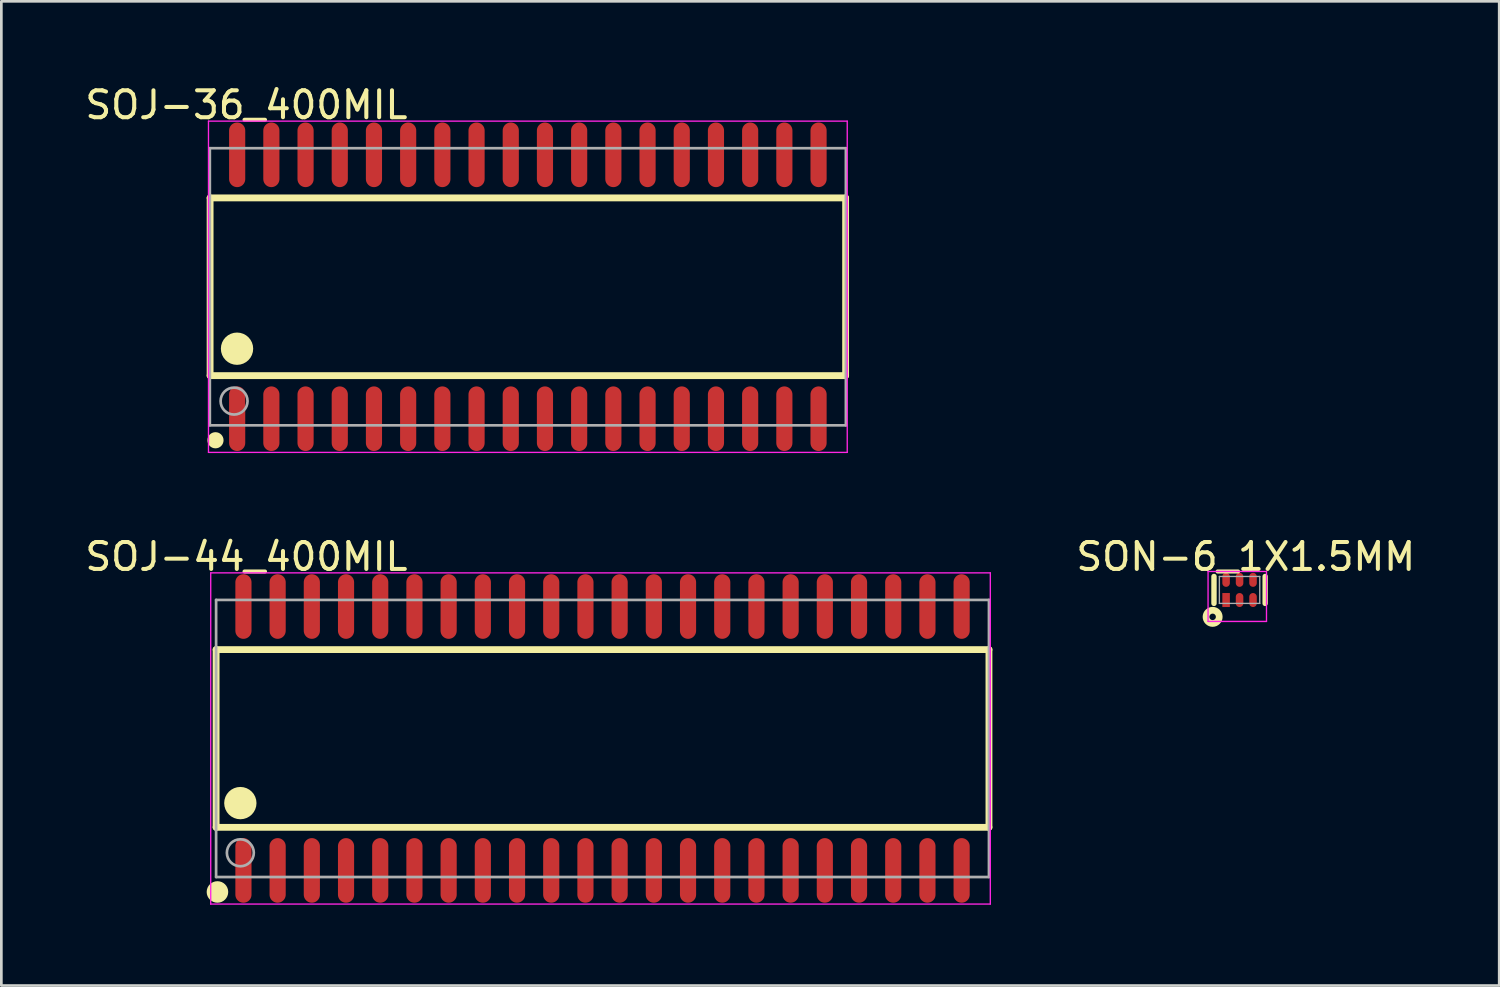
<source format=kicad_pcb>
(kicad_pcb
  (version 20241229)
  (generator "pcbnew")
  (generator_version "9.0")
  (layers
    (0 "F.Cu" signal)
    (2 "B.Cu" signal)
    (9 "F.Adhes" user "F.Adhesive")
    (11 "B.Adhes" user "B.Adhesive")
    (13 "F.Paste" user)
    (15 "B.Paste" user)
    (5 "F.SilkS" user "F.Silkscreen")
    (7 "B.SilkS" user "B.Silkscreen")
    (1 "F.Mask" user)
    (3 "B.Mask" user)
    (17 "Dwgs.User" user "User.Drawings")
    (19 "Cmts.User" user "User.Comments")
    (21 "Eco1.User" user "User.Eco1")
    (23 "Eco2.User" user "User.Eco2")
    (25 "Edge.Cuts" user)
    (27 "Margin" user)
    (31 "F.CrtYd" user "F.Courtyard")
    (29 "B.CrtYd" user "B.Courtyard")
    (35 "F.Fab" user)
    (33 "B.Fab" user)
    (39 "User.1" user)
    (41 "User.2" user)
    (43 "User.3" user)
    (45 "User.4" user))
  (footprint "SOJ-44_400MIL"
    (layer "F.Cu")
    (at 19.325 24.373)
    (property "Reference" "SOJ-44_400MIL" (at -13.224 -6.751 0) (layer "F.SilkS") (effects (font (size 1 1) (thickness 0.15))))
    (attr through_hole)
    (fp_line (start -14.35 -3.3) (end 14.35 -3.3) (stroke (width 0.254) (type solid)) (layer "F.SilkS"))
    (fp_line (start -14.35 3.3) (end -14.35 -3.3) (stroke (width 0.254) (type solid)) (layer "F.SilkS"))
    (fp_line (start -14.35 3.3) (end 14.35 3.3) (stroke (width 0.254) (type solid)) (layer "F.SilkS"))
    (fp_line (start 14.35 3.3) (end 14.35 -3.3) (stroke (width 0.254) (type solid)) (layer "F.SilkS"))
    (fp_circle (center -14.3 5.7) (end -14.1 5.7) (stroke (width 0.4) (type solid)) (fill no) (layer "F.SilkS"))
    (fp_circle (center -13.45 2.4) (end -13.15 2.4) (stroke (width 0.6) (type solid)) (fill no) (layer "F.SilkS"))
    (fp_line (start -14.55 -6.15) (end 14.4 -6.15) (stroke (width 0.05) (type solid)) (layer "F.CrtYd"))
    (fp_line (start -14.55 6.15) (end -14.55 -6.15) (stroke (width 0.05) (type solid)) (layer "F.CrtYd"))
    (fp_line (start 14.4 -6.15) (end 14.4 6.15) (stroke (width 0.05) (type solid)) (layer "F.CrtYd"))
    (fp_line (start 14.4 6.15) (end -14.55 6.15) (stroke (width 0.05) (type solid)) (layer "F.CrtYd"))
    (fp_line (start -14.35 -5.145) (end 14.35 -5.145) (stroke (width 0.1) (type solid)) (layer "F.Fab"))
    (fp_line (start -14.35 5.145) (end -14.35 -5.145) (stroke (width 0.1) (type solid)) (layer "F.Fab"))
    (fp_line (start -14.35 5.145) (end 14.35 5.145) (stroke (width 0.1) (type solid)) (layer "F.Fab"))
    (fp_line (start 14.35 5.145) (end 14.35 -5.145) (stroke (width 0.1) (type solid)) (layer "F.Fab"))
    (fp_circle (center -13.45 4.245) (end -12.95 4.245) (stroke (width 0.1) (type solid)) (fill no) (layer "F.Fab"))
    (pad "1" smd oval (at -13.335 4.9 180) (size 0.6 2.4) (layers "F.Cu" "F.Mask" "F.Paste"))
    (pad "2" smd oval (at -12.065 4.9 180) (size 0.6 2.4) (layers "F.Cu" "F.Mask" "F.Paste"))
    (pad "3" smd oval (at -10.795 4.9 180) (size 0.6 2.4) (layers "F.Cu" "F.Mask" "F.Paste"))
    (pad "4" smd oval (at -9.525 4.9 180) (size 0.6 2.4) (layers "F.Cu" "F.Mask" "F.Paste"))
    (pad "5" smd oval (at -8.255 4.9 180) (size 0.6 2.4) (layers "F.Cu" "F.Mask" "F.Paste"))
    (pad "6" smd oval (at -6.985 4.9 180) (size 0.6 2.4) (layers "F.Cu" "F.Mask" "F.Paste"))
    (pad "7" smd oval (at -5.715 4.9 180) (size 0.6 2.4) (layers "F.Cu" "F.Mask" "F.Paste"))
    (pad "8" smd oval (at -4.445 4.9 180) (size 0.6 2.4) (layers "F.Cu" "F.Mask" "F.Paste"))
    (pad "9" smd oval (at -3.175 4.9 180) (size 0.6 2.4) (layers "F.Cu" "F.Mask" "F.Paste"))
    (pad "10" smd oval (at -1.905 4.9 180) (size 0.6 2.4) (layers "F.Cu" "F.Mask" "F.Paste"))
    (pad "11" smd oval (at -0.635 4.9 180) (size 0.6 2.4) (layers "F.Cu" "F.Mask" "F.Paste"))
    (pad "12" smd oval (at 0.635 4.9 180) (size 0.6 2.4) (layers "F.Cu" "F.Mask" "F.Paste"))
    (pad "13" smd oval (at 1.905 4.9 180) (size 0.6 2.4) (layers "F.Cu" "F.Mask" "F.Paste"))
    (pad "14" smd oval (at 3.175 4.9 180) (size 0.6 2.4) (layers "F.Cu" "F.Mask" "F.Paste"))
    (pad "15" smd oval (at 4.445 4.9 180) (size 0.6 2.4) (layers "F.Cu" "F.Mask" "F.Paste"))
    (pad "16" smd oval (at 5.715 4.9 180) (size 0.6 2.4) (layers "F.Cu" "F.Mask" "F.Paste"))
    (pad "17" smd oval (at 6.985 4.9 180) (size 0.6 2.4) (layers "F.Cu" "F.Mask" "F.Paste"))
    (pad "18" smd oval (at 8.255 4.9 180) (size 0.6 2.4) (layers "F.Cu" "F.Mask" "F.Paste"))
    (pad "19" smd oval (at 9.525 4.9 180) (size 0.6 2.4) (layers "F.Cu" "F.Mask" "F.Paste"))
    (pad "20" smd oval (at 10.795 4.9 180) (size 0.6 2.4) (layers "F.Cu" "F.Mask" "F.Paste"))
    (pad "21" smd oval (at 12.065 4.9 180) (size 0.6 2.4) (layers "F.Cu" "F.Mask" "F.Paste"))
    (pad "22" smd oval (at 13.335 4.9 180) (size 0.6 2.4) (layers "F.Cu" "F.Mask" "F.Paste"))
    (pad "23" smd oval (at 13.335 -4.9 180) (size 0.6 2.4) (layers "F.Cu" "F.Mask" "F.Paste"))
    (pad "24" smd oval (at 12.065 -4.9 180) (size 0.6 2.4) (layers "F.Cu" "F.Mask" "F.Paste"))
    (pad "25" smd oval (at 10.795 -4.9 180) (size 0.6 2.4) (layers "F.Cu" "F.Mask" "F.Paste"))
    (pad "26" smd oval (at 9.525 -4.9 180) (size 0.6 2.4) (layers "F.Cu" "F.Mask" "F.Paste"))
    (pad "27" smd oval (at 8.255 -4.9 180) (size 0.6 2.4) (layers "F.Cu" "F.Mask" "F.Paste"))
    (pad "28" smd oval (at 6.985 -4.9 180) (size 0.6 2.4) (layers "F.Cu" "F.Mask" "F.Paste"))
    (pad "29" smd oval (at 5.715 -4.9 180) (size 0.6 2.4) (layers "F.Cu" "F.Mask" "F.Paste"))
    (pad "30" smd oval (at 4.445 -4.9 180) (size 0.6 2.4) (layers "F.Cu" "F.Mask" "F.Paste"))
    (pad "31" smd oval (at 3.175 -4.9 180) (size 0.6 2.4) (layers "F.Cu" "F.Mask" "F.Paste"))
    (pad "32" smd oval (at 1.905 -4.9 180) (size 0.6 2.4) (layers "F.Cu" "F.Mask" "F.Paste"))
    (pad "33" smd oval (at 0.635 -4.9 180) (size 0.6 2.4) (layers "F.Cu" "F.Mask" "F.Paste"))
    (pad "34" smd oval (at -0.635 -4.9 180) (size 0.6 2.4) (layers "F.Cu" "F.Mask" "F.Paste"))
    (pad "35" smd oval (at -1.905 -4.9 180) (size 0.6 2.4) (layers "F.Cu" "F.Mask" "F.Paste"))
    (pad "36" smd oval (at -3.175 -4.9 180) (size 0.6 2.4) (layers "F.Cu" "F.Mask" "F.Paste"))
    (pad "37" smd oval (at -4.445 -4.9 180) (size 0.6 2.4) (layers "F.Cu" "F.Mask" "F.Paste"))
    (pad "38" smd oval (at -5.715 -4.9 180) (size 0.6 2.4) (layers "F.Cu" "F.Mask" "F.Paste"))
    (pad "39" smd oval (at -6.985 -4.9 180) (size 0.6 2.4) (layers "F.Cu" "F.Mask" "F.Paste"))
    (pad "40" smd oval (at -8.255 -4.9 180) (size 0.6 2.4) (layers "F.Cu" "F.Mask" "F.Paste"))
    (pad "41" smd oval (at -9.525 -4.9 180) (size 0.6 2.4) (layers "F.Cu" "F.Mask" "F.Paste"))
    (pad "42" smd oval (at -10.795 -4.9 180) (size 0.6 2.4) (layers "F.Cu" "F.Mask" "F.Paste"))
    (pad "43" smd oval (at -12.065 -4.9 180) (size 0.6 2.4) (layers "F.Cu" "F.Mask" "F.Paste"))
    (pad "44" smd oval (at -13.335 -4.9 180) (size 0.6 2.4) (layers "F.Cu" "F.Mask" "F.Paste")))
  (footprint "SON-6_1X1.5MM"
    (layer "F.Cu")
    (at 42.981 18.857)
    (property "Reference" "SON-6_1X1.5MM" (at 0.231 -1.235 0) (layer "F.SilkS") (effects (font (size 1 1) (thickness 0.15))))
    (attr through_hole)
    (fp_line (start -0.95 0.5) (end -0.95 -0.5) (stroke (width 0.2) (type solid)) (layer "F.SilkS"))
    (fp_line (start 0.95 0.5) (end 0.95 -0.5) (stroke (width 0.2) (type solid)) (layer "F.SilkS"))
    (fp_circle (center -1 1) (end -0.88 1) (stroke (width 0.25) (type solid)) (fill no) (layer "F.SilkS"))
    (fp_line (start -1.17 -0.685) (end 1 -0.685) (stroke (width 0.05) (type solid)) (layer "F.CrtYd"))
    (fp_line (start -1.17 1.17) (end -1.17 -0.685) (stroke (width 0.05) (type solid)) (layer "F.CrtYd"))
    (fp_line (start 1 -0.685) (end 1 1.17) (stroke (width 0.05) (type solid)) (layer "F.CrtYd"))
    (fp_line (start 1 1.17) (end -1.17 1.17) (stroke (width 0.05) (type solid)) (layer "F.CrtYd"))
    (fp_line (start -0.75 -0.5) (end 0.75 -0.5) (stroke (width 0.05) (type solid)) (layer "F.Fab"))
    (fp_line (start -0.75 0.5) (end -0.75 -0.5) (stroke (width 0.05) (type solid)) (layer "F.Fab"))
    (fp_line (start -0.75 0.5) (end 0.75 0.5) (stroke (width 0.05) (type solid)) (layer "F.Fab"))
    (fp_line (start 0.75 0.5) (end 0.75 -0.5) (stroke (width 0.05) (type solid)) (layer "F.Fab"))
    (pad "1" smd rect (at -0.5 0.375) (size 0.28 0.52) (layers "F.Cu" "F.Mask" "F.Paste"))
    (pad "2" smd oval (at 0 0.375) (size 0.28 0.52) (layers "F.Cu" "F.Mask" "F.Paste"))
    (pad "3" smd oval (at 0.5 0.375) (size 0.28 0.52) (layers "F.Cu" "F.Mask" "F.Paste"))
    (pad "4" smd oval (at 0.5 -0.375 180) (size 0.28 0.52) (layers "F.Cu" "F.Mask" "F.Paste"))
    (pad "5" smd oval (at 0 -0.375 180) (size 0.28 0.52) (layers "F.Cu" "F.Mask" "F.Paste"))
    (pad "6" smd oval (at -0.5 -0.375 180) (size 0.28 0.52) (layers "F.Cu" "F.Mask" "F.Paste")))
  (footprint "SOJ-36_400MIL"
    (layer "F.Cu")
    (at 16.552 7.599)
    (property "Reference" "SOJ-36_400MIL" (at -10.451 -6.751 0) (layer "F.SilkS") (effects (font (size 1 1) (thickness 0.15))))
    (attr through_hole)
    (fp_line (start -11.8 -3.3) (end 11.8 -3.3) (stroke (width 0.254) (type solid)) (layer "F.SilkS"))
    (fp_line (start -11.8 3.3) (end -11.8 -3.3) (stroke (width 0.254) (type solid)) (layer "F.SilkS"))
    (fp_line (start -11.8 3.3) (end 11.8 3.3) (stroke (width 0.254) (type solid)) (layer "F.SilkS"))
    (fp_line (start 11.8 3.3) (end 11.8 -3.3) (stroke (width 0.254) (type solid)) (layer "F.SilkS"))
    (fp_circle (center -11.6 5.7) (end -11.45 5.7) (stroke (width 0.3) (type solid)) (fill no) (layer "F.SilkS"))
    (fp_circle (center -10.8 2.3) (end -10.5 2.3) (stroke (width 0.6) (type solid)) (fill no) (layer "F.SilkS"))
    (fp_line (start -11.86 -6.15) (end 11.86 -6.15) (stroke (width 0.05) (type solid)) (layer "F.CrtYd"))
    (fp_line (start -11.86 6.15) (end -11.86 -6.15) (stroke (width 0.05) (type solid)) (layer "F.CrtYd"))
    (fp_line (start 11.86 -6.15) (end 11.86 6.15) (stroke (width 0.05) (type solid)) (layer "F.CrtYd"))
    (fp_line (start 11.86 6.15) (end -11.86 6.15) (stroke (width 0.05) (type solid)) (layer "F.CrtYd"))
    (fp_line (start -11.81 -5.145) (end 11.81 -5.145) (stroke (width 0.1) (type solid)) (layer "F.Fab"))
    (fp_line (start -11.81 5.145) (end -11.81 -5.145) (stroke (width 0.1) (type solid)) (layer "F.Fab"))
    (fp_line (start -11.81 5.145) (end 11.81 5.145) (stroke (width 0.1) (type solid)) (layer "F.Fab"))
    (fp_line (start 11.81 5.145) (end 11.81 -5.145) (stroke (width 0.1) (type solid)) (layer "F.Fab"))
    (fp_circle (center -10.91 4.245) (end -10.41 4.245) (stroke (width 0.1) (type solid)) (fill no) (layer "F.Fab"))
    (pad "1" smd oval (at -10.795 4.9 180) (size 0.6 2.4) (layers "F.Cu" "F.Mask" "F.Paste"))
    (pad "2" smd oval (at -9.525 4.9 180) (size 0.6 2.4) (layers "F.Cu" "F.Mask" "F.Paste"))
    (pad "3" smd oval (at -8.255 4.9 180) (size 0.6 2.4) (layers "F.Cu" "F.Mask" "F.Paste"))
    (pad "4" smd oval (at -6.985 4.9 180) (size 0.6 2.4) (layers "F.Cu" "F.Mask" "F.Paste"))
    (pad "5" smd oval (at -5.715 4.9 180) (size 0.6 2.4) (layers "F.Cu" "F.Mask" "F.Paste"))
    (pad "6" smd oval (at -4.445 4.9 180) (size 0.6 2.4) (layers "F.Cu" "F.Mask" "F.Paste"))
    (pad "7" smd oval (at -3.175 4.9 180) (size 0.6 2.4) (layers "F.Cu" "F.Mask" "F.Paste"))
    (pad "8" smd oval (at -1.905 4.9 180) (size 0.6 2.4) (layers "F.Cu" "F.Mask" "F.Paste"))
    (pad "9" smd oval (at -0.635 4.9 180) (size 0.6 2.4) (layers "F.Cu" "F.Mask" "F.Paste"))
    (pad "10" smd oval (at 0.635 4.9 180) (size 0.6 2.4) (layers "F.Cu" "F.Mask" "F.Paste"))
    (pad "11" smd oval (at 1.905 4.9 180) (size 0.6 2.4) (layers "F.Cu" "F.Mask" "F.Paste"))
    (pad "12" smd oval (at 3.175 4.9 180) (size 0.6 2.4) (layers "F.Cu" "F.Mask" "F.Paste"))
    (pad "13" smd oval (at 4.445 4.9 180) (size 0.6 2.4) (layers "F.Cu" "F.Mask" "F.Paste"))
    (pad "14" smd oval (at 5.715 4.9 180) (size 0.6 2.4) (layers "F.Cu" "F.Mask" "F.Paste"))
    (pad "15" smd oval (at 6.985 4.9 180) (size 0.6 2.4) (layers "F.Cu" "F.Mask" "F.Paste"))
    (pad "16" smd oval (at 8.255 4.9 180) (size 0.6 2.4) (layers "F.Cu" "F.Mask" "F.Paste"))
    (pad "17" smd oval (at 9.525 4.9 180) (size 0.6 2.4) (layers "F.Cu" "F.Mask" "F.Paste"))
    (pad "18" smd oval (at 10.795 4.9 180) (size 0.6 2.4) (layers "F.Cu" "F.Mask" "F.Paste"))
    (pad "19" smd oval (at 10.795 -4.9 180) (size 0.6 2.4) (layers "F.Cu" "F.Mask" "F.Paste"))
    (pad "20" smd oval (at 9.525 -4.9 180) (size 0.6 2.4) (layers "F.Cu" "F.Mask" "F.Paste"))
    (pad "21" smd oval (at 8.255 -4.9 180) (size 0.6 2.4) (layers "F.Cu" "F.Mask" "F.Paste"))
    (pad "22" smd oval (at 6.985 -4.9 180) (size 0.6 2.4) (layers "F.Cu" "F.Mask" "F.Paste"))
    (pad "23" smd oval (at 5.715 -4.9 180) (size 0.6 2.4) (layers "F.Cu" "F.Mask" "F.Paste"))
    (pad "24" smd oval (at 4.445 -4.9 180) (size 0.6 2.4) (layers "F.Cu" "F.Mask" "F.Paste"))
    (pad "25" smd oval (at 3.175 -4.9 180) (size 0.6 2.4) (layers "F.Cu" "F.Mask" "F.Paste"))
    (pad "26" smd oval (at 1.905 -4.9 180) (size 0.6 2.4) (layers "F.Cu" "F.Mask" "F.Paste"))
    (pad "27" smd oval (at 0.635 -4.9 180) (size 0.6 2.4) (layers "F.Cu" "F.Mask" "F.Paste"))
    (pad "28" smd oval (at -0.635 -4.9 180) (size 0.6 2.4) (layers "F.Cu" "F.Mask" "F.Paste"))
    (pad "29" smd oval (at -1.905 -4.9 180) (size 0.6 2.4) (layers "F.Cu" "F.Mask" "F.Paste"))
    (pad "30" smd oval (at -3.175 -4.9 180) (size 0.6 2.4) (layers "F.Cu" "F.Mask" "F.Paste"))
    (pad "31" smd oval (at -4.445 -4.9 180) (size 0.6 2.4) (layers "F.Cu" "F.Mask" "F.Paste"))
    (pad "32" smd oval (at -5.715 -4.9 180) (size 0.6 2.4) (layers "F.Cu" "F.Mask" "F.Paste"))
    (pad "33" smd oval (at -6.985 -4.9 180) (size 0.6 2.4) (layers "F.Cu" "F.Mask" "F.Paste"))
    (pad "34" smd oval (at -8.255 -4.9 180) (size 0.6 2.4) (layers "F.Cu" "F.Mask" "F.Paste"))
    (pad "35" smd oval (at -9.525 -4.9 180) (size 0.6 2.4) (layers "F.Cu" "F.Mask" "F.Paste"))
    (pad "36" smd oval (at -10.795 -4.9 180) (size 0.6 2.4) (layers "F.Cu" "F.Mask" "F.Paste")))
  (gr_rect
    (start -3 -3)
    (end 52.623 33.548)
    (stroke (width 0.1) (type default))
    (fill no)
    (layer "Edge.Cuts")))
</source>
